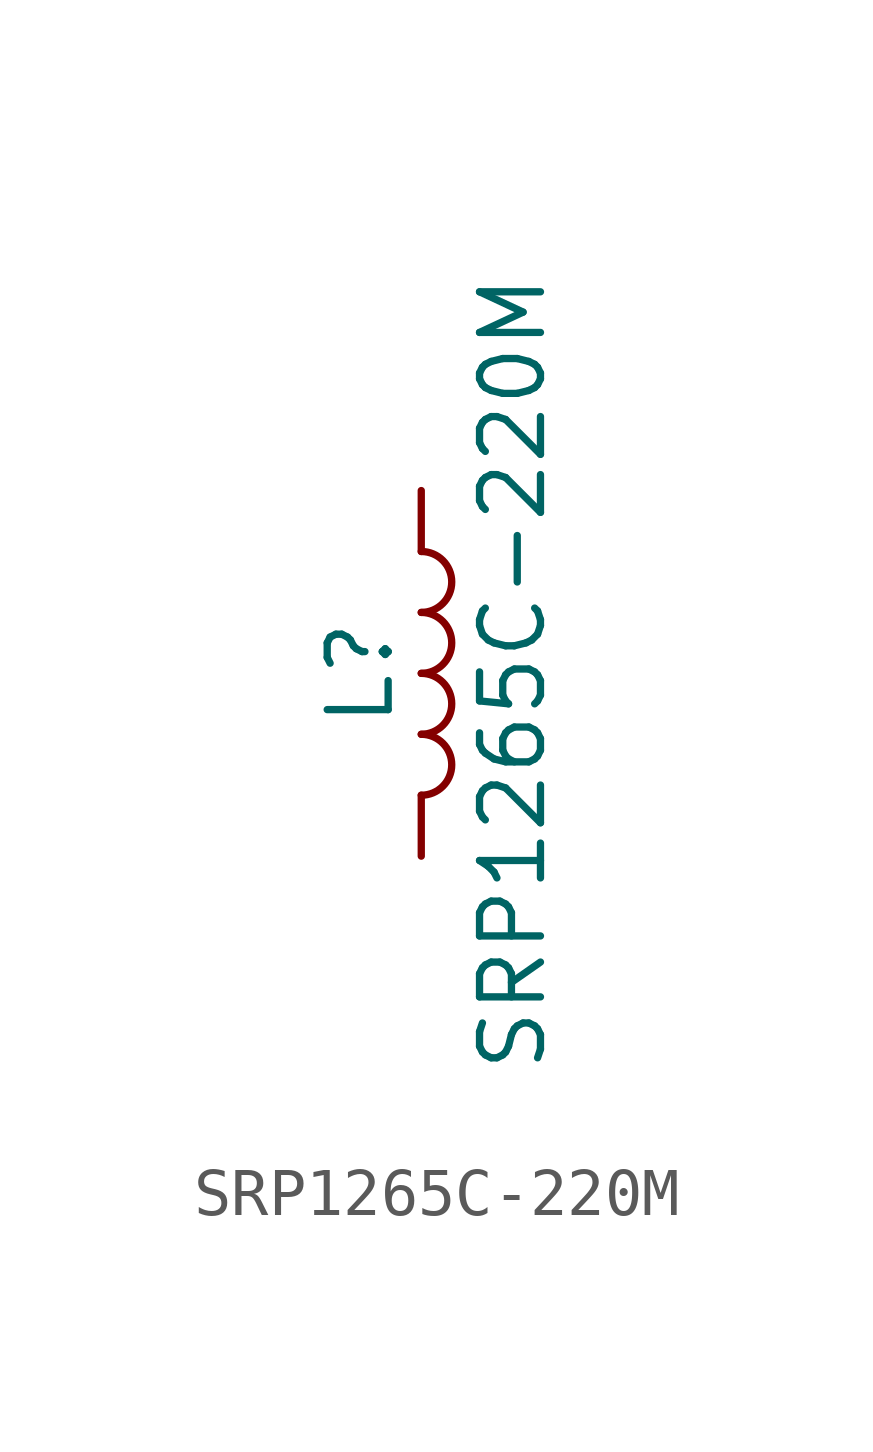
<source format=kicad_sym>
(kicad_symbol_lib
  (version 20211014)
  (generator kicad_symbol_editor)
  (symbol "SRP1265C-220M"
    (pin_numbers hide)
    (pin_names
      (offset 1.016) hide)
    (property "Reference" "L"
      (at -1.27 0 90)
      (effects (font (size 1.27 1.27))))
    (property "Value" "SRP1265C-220M"
      (at 1.905 0 90)
      (effects (font (size 1.27 1.27))))
    (symbol "SRP1265C-220M_0_1"
      (arc (start 0 -2.54) (mid 0.635 -1.905) (end 0 -1.27) (stroke (width 0) (type default) (color 0 0 0 0)) (fill (type none)))
      (arc (start 0 -1.27) (mid 0.635 -0.635) (end 0 0) (stroke (width 0) (type default) (color 0 0 0 0)) (fill (type none)))
      (arc (start 0 0) (mid 0.635 0.635) (end 0 1.27) (stroke (width 0) (type default) (color 0 0 0 0)) (fill (type none)))
      (arc (start 0 1.27) (mid 0.635 1.905) (end 0 2.54) (stroke (width 0) (type default) (color 0 0 0 0)) (fill (type none))))
    (symbol "SRP1265C-220M_1_1"
      (pin passive line (at 0 3.81 270) (length 1.27) (name "1" (effects (font (size 1.27 1.27)))) (number "1" (effects (font (size 1.27 1.27)))))
      (pin passive line (at 0 -3.81 90) (length 1.27) (name "2" (effects (font (size 1.27 1.27)))) (number "2" (effects (font (size 1.27 1.27))))))))
</source>
